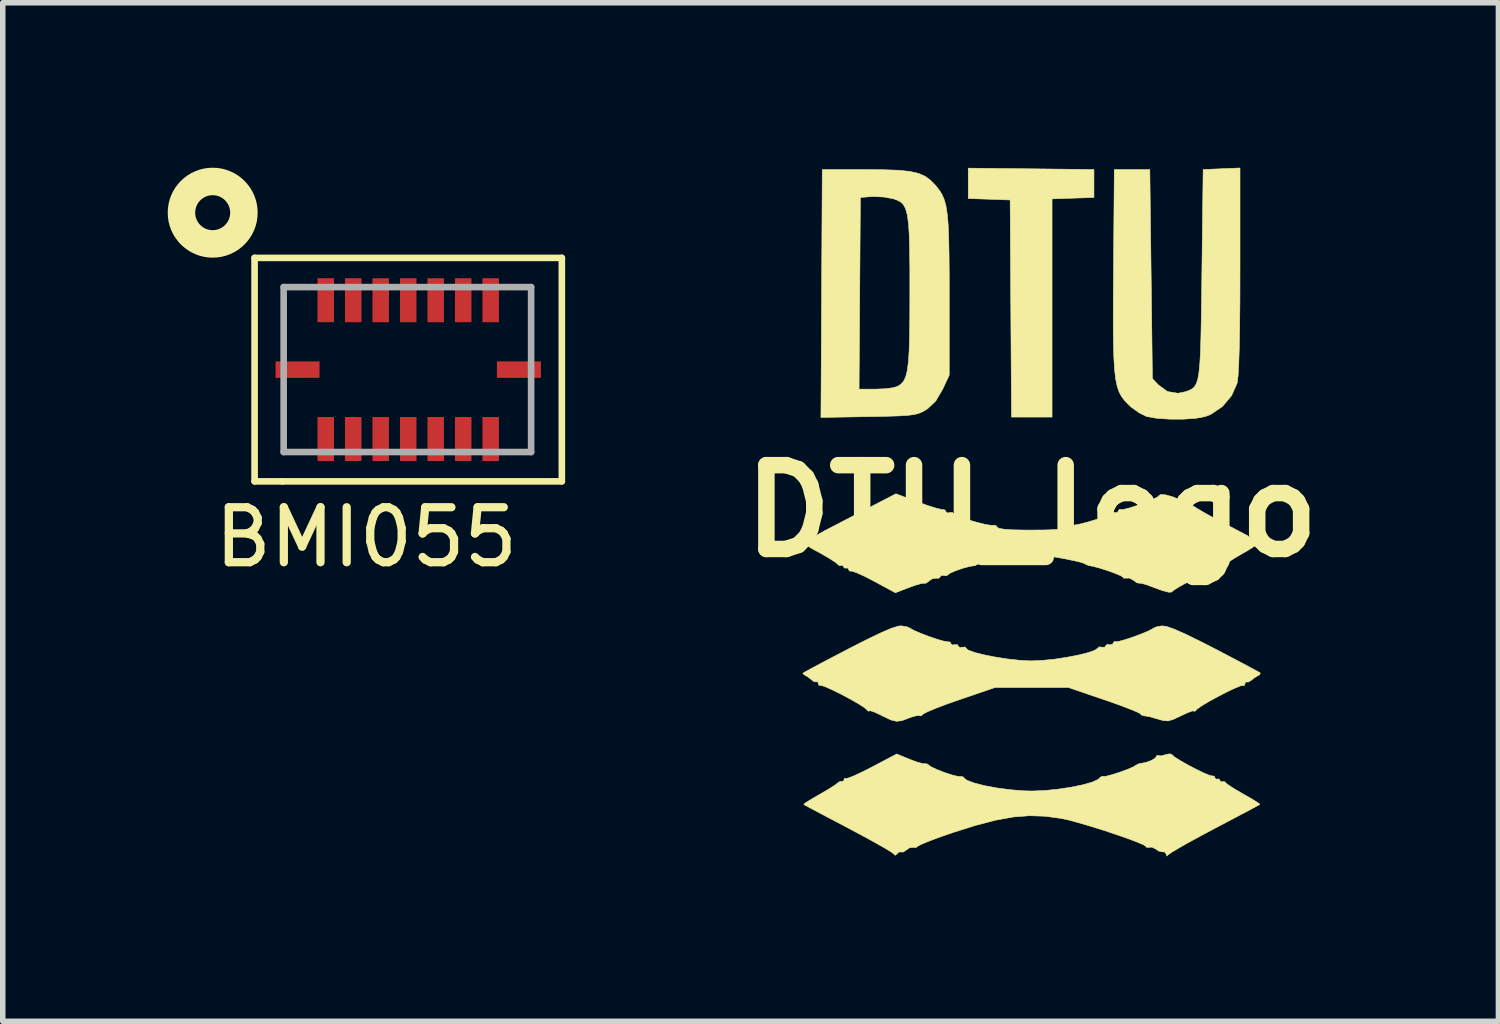
<source format=kicad_pcb>
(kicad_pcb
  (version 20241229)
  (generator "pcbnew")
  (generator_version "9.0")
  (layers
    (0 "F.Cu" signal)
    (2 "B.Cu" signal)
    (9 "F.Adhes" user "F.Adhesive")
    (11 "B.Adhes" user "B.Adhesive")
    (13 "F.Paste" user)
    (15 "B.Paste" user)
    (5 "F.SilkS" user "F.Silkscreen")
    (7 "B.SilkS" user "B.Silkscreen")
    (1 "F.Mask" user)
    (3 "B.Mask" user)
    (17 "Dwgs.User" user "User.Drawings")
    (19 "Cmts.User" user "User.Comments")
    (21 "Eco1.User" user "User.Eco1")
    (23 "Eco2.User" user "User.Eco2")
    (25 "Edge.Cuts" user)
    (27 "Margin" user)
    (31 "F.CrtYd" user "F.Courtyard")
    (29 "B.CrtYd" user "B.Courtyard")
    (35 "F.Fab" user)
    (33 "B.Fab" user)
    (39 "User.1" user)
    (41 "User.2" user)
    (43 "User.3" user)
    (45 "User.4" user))
  (footprint "BMI055"
    (layer "F.Cu")
    (at 4.374 3.672)
    (property "Reference" "BMI055" (at -0.762 3.048 0) (layer "F.SilkS") (effects (font (size 1 1) (thickness 0.15))))
    (attr through_hole)
    (fp_line (start -2.794 -2.032) (end -2.794 2.032) (stroke (width 0.12) (type solid)) (layer "F.SilkS"))
    (fp_line (start -2.794 2.032) (end -2.286 2.032) (stroke (width 0.12) (type solid)) (layer "F.SilkS"))
    (fp_line (start -2.286 2.032) (end 2.794 2.032) (stroke (width 0.12) (type solid)) (layer "F.SilkS"))
    (fp_line (start 2.794 -2.032) (end -2.794 -2.032) (stroke (width 0.12) (type solid)) (layer "F.SilkS"))
    (fp_line (start 2.794 2.032) (end 2.794 -2.032) (stroke (width 0.12) (type solid)) (layer "F.SilkS"))
    (fp_circle (center -3.556 -2.854) (end -2.988 -2.854) (stroke (width 0.5) (type solid)) (fill no) (layer "F.SilkS"))
    (fp_line (start -2.265 -1.501) (end -2.265 1.499) (stroke (width 0.12) (type solid)) (layer "F.Fab"))
    (fp_line (start -2.265 -1.501) (end 2.235 -1.501) (stroke (width 0.12) (type solid)) (layer "F.Fab"))
    (fp_line (start -2.265 1.499) (end 2.235 1.499) (stroke (width 0.12) (type solid)) (layer "F.Fab"))
    (fp_line (start 2.235 -1.501) (end 2.235 1.499) (stroke (width 0.12) (type solid)) (layer "F.Fab"))
    (pad "1" smd rect (at -1.5 -1.262) (size 0.3 0.8) (layers "F.Cu" "F.Mask" "F.Paste"))
    (pad "2" smd rect (at -1 -1.262) (size 0.3 0.8) (layers "F.Cu" "F.Mask" "F.Paste"))
    (pad "3" smd rect (at -0.5 -1.262) (size 0.3 0.8) (layers "F.Cu" "F.Mask" "F.Paste"))
    (pad "4" smd rect (at 0 -1.262) (size 0.3 0.8) (layers "F.Cu" "F.Mask" "F.Paste"))
    (pad "5" smd rect (at 0.5 -1.262) (size 0.3 0.8) (layers "F.Cu" "F.Mask" "F.Paste"))
    (pad "6" smd rect (at 1 -1.262) (size 0.3 0.8) (layers "F.Cu" "F.Mask" "F.Paste"))
    (pad "7" smd rect (at 1.5 -1.262) (size 0.3 0.8) (layers "F.Cu" "F.Mask" "F.Paste"))
    (pad "8" smd rect (at 2.013 0) (size 0.8 0.3) (layers "F.Cu" "F.Mask" "F.Paste"))
    (pad "9" smd rect (at 1.5 1.262) (size 0.3 0.8) (layers "F.Cu" "F.Mask" "F.Paste"))
    (pad "10" smd rect (at 1 1.262) (size 0.3 0.8) (layers "F.Cu" "F.Mask" "F.Paste"))
    (pad "11" smd rect (at 0.5 1.262) (size 0.3 0.8) (layers "F.Cu" "F.Mask" "F.Paste"))
    (pad "12" smd rect (at 0 1.262) (size 0.3 0.8) (layers "F.Cu" "F.Mask" "F.Paste"))
    (pad "13" smd rect (at -0.5 1.262) (size 0.3 0.8) (layers "F.Cu" "F.Mask" "F.Paste"))
    (pad "14" smd rect (at -1 1.262) (size 0.3 0.8) (layers "F.Cu" "F.Mask" "F.Paste"))
    (pad "15" smd rect (at -1.5 1.262) (size 0.3 0.8) (layers "F.Cu" "F.Mask" "F.Paste"))
    (pad "16" smd rect (at -2.013 0) (size 0.8 0.3) (layers "F.Cu" "F.Mask" "F.Paste")))
  (footprint "DTU_logo"
    (layer "F.Cu")
    (at 15.714 6.244)
    (property "Reference" "DTU_logo" (at 0 0 0) (layer "F.SilkS") (effects (font (size 1.524 1.524) (thickness 0.3))))
    (attr through_hole)
    (fp_poly (pts (xy -0.012 -6.224) (xy 1.131 -6.211) (xy 1.131 -5.703) (xy 0.75 -5.69) (xy 0.369 -5.677) (xy 0.369 -1.709) (xy -0.368 -1.709) (xy -0.381 -3.683) (xy -0.393 -5.657) (xy -1.155 -5.684) (xy -1.155 -6.236) (xy -0.012 -6.224)) (stroke (width 0.01) (type solid)) (fill yes) (layer "F.SilkS"))
    (fp_poly (pts (xy 3.787 -4.387) (xy 3.786 -3.822) (xy 3.781 -3.348) (xy 3.774 -2.963) (xy 3.764 -2.667) (xy 3.752 -2.457) (xy 3.736 -2.333) (xy 3.733 -2.322) (xy 3.634 -2.098) (xy 3.467 -1.901) (xy 3.258 -1.759) (xy 3.157 -1.719) (xy 2.986 -1.687) (xy 2.76 -1.671) (xy 2.515 -1.671) (xy 2.285 -1.685) (xy 2.105 -1.716) (xy 2.08 -1.723) (xy 1.952 -1.787) (xy 1.809 -1.89) (xy 1.75 -1.945) (xy 1.685 -2.014) (xy 1.631 -2.086) (xy 1.587 -2.17) (xy 1.552 -2.274) (xy 1.525 -2.407) (xy 1.506 -2.578) (xy 1.493 -2.796) (xy 1.485 -3.07) (xy 1.482 -3.408) (xy 1.483 -3.819) (xy 1.486 -4.312) (xy 1.487 -4.41) (xy 1.501 -6.211) (xy 2.147 -6.211) (xy 2.194 -2.409) (xy 2.302 -2.294) (xy 2.469 -2.173) (xy 2.657 -2.142) (xy 2.787 -2.168) (xy 2.854 -2.191) (xy 2.91 -2.218) (xy 2.955 -2.255) (xy 2.991 -2.313) (xy 3.02 -2.399) (xy 3.041 -2.521) (xy 3.057 -2.689) (xy 3.069 -2.909) (xy 3.077 -3.192) (xy 3.084 -3.544) (xy 3.09 -3.975) (xy 3.094 -4.318) (xy 3.117 -6.211) (xy 3.452 -6.225) (xy 3.787 -6.239) (xy 3.787 -4.387)) (stroke (width 0.01) (type solid)) (fill yes) (layer "F.SilkS"))
    (fp_poly (pts (xy -3.025 -6.211) (xy -2.68 -6.207) (xy -2.413 -6.197) (xy -2.21 -6.175) (xy -2.055 -6.139) (xy -1.936 -6.086) (xy -1.838 -6.013) (xy -1.759 -5.932) (xy -1.692 -5.85) (xy -1.637 -5.766) (xy -1.594 -5.67) (xy -1.561 -5.552) (xy -1.537 -5.4) (xy -1.52 -5.205) (xy -1.51 -4.956) (xy -1.504 -4.643) (xy -1.501 -4.255) (xy -1.501 -3.925) (xy -1.501 -2.471) (xy -1.622 -2.213) (xy -1.745 -2.003) (xy -1.893 -1.862) (xy -1.922 -1.843) (xy -1.99 -1.804) (xy -2.059 -1.775) (xy -2.144 -1.754) (xy -2.26 -1.74) (xy -2.422 -1.73) (xy -2.646 -1.723) (xy -2.946 -1.717) (xy -2.968 -1.717) (xy -3.834 -1.702) (xy -3.831 -2.217) (xy -3.141 -2.217) (xy -2.838 -2.217) (xy -2.665 -2.224) (xy -2.519 -2.243) (xy -2.441 -2.267) (xy -2.38 -2.306) (xy -2.331 -2.361) (xy -2.293 -2.439) (xy -2.265 -2.551) (xy -2.244 -2.706) (xy -2.23 -2.915) (xy -2.222 -3.187) (xy -2.218 -3.531) (xy -2.217 -3.958) (xy -2.217 -3.972) (xy -2.217 -4.402) (xy -2.221 -4.749) (xy -2.228 -5.023) (xy -2.242 -5.233) (xy -2.264 -5.389) (xy -2.295 -5.5) (xy -2.337 -5.576) (xy -2.392 -5.626) (xy -2.461 -5.66) (xy -2.525 -5.681) (xy -2.689 -5.711) (xy -2.872 -5.72) (xy -2.909 -5.719) (xy -3.117 -5.703) (xy -3.141 -2.217) (xy -3.831 -2.217) (xy -3.81 -6.211) (xy -3.025 -6.211)) (stroke (width 0.01) (type solid)) (fill yes) (layer "F.SilkS"))
    (fp_poly (pts (xy 2.454 2.1) (xy 2.597 2.15) (xy 2.802 2.241) (xy 3.077 2.376) (xy 3.316 2.498) (xy 3.567 2.629) (xy 3.789 2.746) (xy 3.969 2.842) (xy 4.095 2.91) (xy 4.154 2.944) (xy 4.156 2.945) (xy 4.144 2.978) (xy 4.121 2.989) (xy 4.039 3.039) (xy 3.999 3.073) (xy 3.935 3.112) (xy 3.908 3.107) (xy 3.882 3.116) (xy 3.879 3.14) (xy 3.862 3.178) (xy 3.848 3.171) (xy 3.798 3.179) (xy 3.69 3.223) (xy 3.544 3.292) (xy 3.382 3.376) (xy 3.225 3.462) (xy 3.093 3.541) (xy 3.008 3.601) (xy 2.991 3.62) (xy 2.96 3.646) (xy 2.956 3.636) (xy 2.919 3.636) (xy 2.823 3.672) (xy 2.717 3.722) (xy 2.575 3.789) (xy 2.476 3.817) (xy 2.384 3.809) (xy 2.289 3.782) (xy 2.159 3.744) (xy 2.062 3.726) (xy 2.044 3.725) (xy 1.99 3.708) (xy 1.986 3.695) (xy 1.944 3.668) (xy 1.831 3.619) (xy 1.659 3.552) (xy 1.446 3.475) (xy 1.328 3.435) (xy 0.67 3.21) (xy -0.67 3.21) (xy -1.328 3.435) (xy -1.557 3.515) (xy -1.751 3.589) (xy -1.896 3.65) (xy -1.975 3.691) (xy -1.986 3.703) (xy -2.014 3.727) (xy -2.027 3.721) (xy -2.093 3.721) (xy -2.203 3.752) (xy -2.233 3.764) (xy -2.361 3.812) (xy -2.459 3.824) (xy -2.562 3.799) (xy -2.705 3.731) (xy -2.736 3.715) (xy -2.857 3.658) (xy -2.937 3.631) (xy -2.956 3.636) (xy -2.976 3.639) (xy -2.991 3.62) (xy -3.047 3.572) (xy -3.16 3.5) (xy -3.308 3.416) (xy -3.471 3.329) (xy -3.627 3.252) (xy -3.755 3.195) (xy -3.834 3.17) (xy -3.848 3.171) (xy -3.876 3.165) (xy -3.879 3.14) (xy -3.895 3.101) (xy -3.908 3.107) (xy -3.959 3.104) (xy -3.999 3.073) (xy -4.083 3.008) (xy -4.121 2.989) (xy -4.161 2.957) (xy -4.156 2.945) (xy -4.11 2.918) (xy -3.995 2.855) (xy -3.822 2.763) (xy -3.607 2.65) (xy -3.36 2.521) (xy -3.316 2.498) (xy -2.989 2.332) (xy -2.735 2.21) (xy -2.549 2.131) (xy -2.424 2.092) (xy -2.369 2.088) (xy -2.267 2.106) (xy -2.217 2.128) (xy -2.155 2.165) (xy -2.037 2.217) (xy -1.889 2.274) (xy -1.738 2.327) (xy -1.61 2.364) (xy -1.531 2.379) (xy -1.521 2.377) (xy -1.481 2.385) (xy -1.478 2.404) (xy -1.444 2.437) (xy -1.409 2.431) (xy -1.349 2.432) (xy -1.339 2.454) (xy -1.306 2.484) (xy -1.27 2.477) (xy -1.21 2.473) (xy -1.201 2.49) (xy -1.158 2.528) (xy -1.042 2.571) (xy -0.872 2.614) (xy -0.666 2.655) (xy -0.443 2.69) (xy -0.223 2.714) (xy -0.024 2.725) (xy 0 2.725) (xy 0.195 2.716) (xy 0.414 2.694) (xy 0.637 2.66) (xy 0.846 2.62) (xy 1.022 2.576) (xy 1.146 2.533) (xy 1.2 2.494) (xy 1.201 2.49) (xy 1.235 2.469) (xy 1.27 2.477) (xy 1.329 2.476) (xy 1.339 2.454) (xy 1.373 2.424) (xy 1.409 2.431) (xy 1.468 2.428) (xy 1.478 2.404) (xy 1.504 2.37) (xy 1.521 2.377) (xy 1.578 2.372) (xy 1.694 2.34) (xy 1.841 2.292) (xy 1.993 2.235) (xy 2.123 2.181) (xy 2.205 2.137) (xy 2.217 2.128) (xy 2.275 2.104) (xy 2.369 2.088) (xy 2.454 2.1)) (stroke (width 0.01) (type solid)) (fill yes) (layer "F.SilkS"))
    (fp_poly (pts (xy 2.548 4.429) (xy 2.595 4.472) (xy 2.7 4.538) (xy 2.839 4.617) (xy 2.991 4.697) (xy 3.132 4.765) (xy 3.241 4.809) (xy 3.294 4.819) (xy 3.294 4.818) (xy 3.322 4.823) (xy 3.325 4.844) (xy 3.352 4.879) (xy 3.371 4.872) (xy 3.414 4.877) (xy 3.417 4.895) (xy 3.444 4.927) (xy 3.46 4.921) (xy 3.511 4.923) (xy 3.517 4.933) (xy 3.563 4.973) (xy 3.668 5.042) (xy 3.814 5.128) (xy 3.847 5.147) (xy 3.993 5.23) (xy 4.099 5.296) (xy 4.147 5.332) (xy 4.147 5.335) (xy 4.104 5.36) (xy 3.991 5.421) (xy 3.822 5.511) (xy 3.609 5.623) (xy 3.365 5.752) (xy 3.325 5.773) (xy 3.075 5.906) (xy 2.853 6.027) (xy 2.672 6.13) (xy 2.545 6.206) (xy 2.485 6.248) (xy 2.483 6.25) (xy 2.454 6.275) (xy 2.448 6.242) (xy 2.415 6.198) (xy 2.39 6.2) (xy 2.314 6.187) (xy 2.269 6.155) (xy 2.187 6.112) (xy 2.142 6.115) (xy 2.086 6.116) (xy 2.078 6.101) (xy 2.037 6.072) (xy 1.923 6.023) (xy 1.755 5.959) (xy 1.548 5.887) (xy 1.321 5.811) (xy 1.089 5.738) (xy 0.87 5.674) (xy 0.681 5.622) (xy 0.538 5.59) (xy 0.534 5.59) (xy 0.239 5.55) (xy -0.046 5.541) (xy -0.338 5.564) (xy -0.657 5.622) (xy -1.021 5.717) (xy -1.443 5.85) (xy -1.668 5.928) (xy -1.858 5.999) (xy -1.997 6.056) (xy -2.071 6.093) (xy -2.078 6.101) (xy -2.112 6.122) (xy -2.142 6.115) (xy -2.222 6.124) (xy -2.275 6.16) (xy -2.342 6.204) (xy -2.375 6.199) (xy -2.422 6.203) (xy -2.445 6.23) (xy -2.485 6.261) (xy -2.5 6.244) (xy -2.544 6.208) (xy -2.658 6.138) (xy -2.829 6.041) (xy -3.043 5.923) (xy -3.289 5.792) (xy -3.325 5.772) (xy -3.573 5.642) (xy -3.792 5.526) (xy -3.969 5.433) (xy -4.091 5.367) (xy -4.146 5.336) (xy -4.147 5.335) (xy -4.117 5.308) (xy -4.023 5.249) (xy -3.886 5.169) (xy -3.847 5.147) (xy -3.696 5.059) (xy -3.58 4.985) (xy -3.521 4.939) (xy -3.517 4.933) (xy -3.473 4.915) (xy -3.46 4.921) (xy -3.421 4.911) (xy -3.417 4.89) (xy -3.4 4.857) (xy -3.387 4.864) (xy -3.337 4.856) (xy -3.223 4.811) (xy -3.064 4.736) (xy -2.907 4.656) (xy -2.456 4.418) (xy -2.216 4.517) (xy -2.078 4.568) (xy -1.975 4.595) (xy -1.938 4.594) (xy -1.89 4.603) (xy -1.886 4.611) (xy -1.836 4.649) (xy -1.726 4.701) (xy -1.588 4.755) (xy -1.449 4.8) (xy -1.34 4.827) (xy -1.294 4.826) (xy -1.245 4.836) (xy -1.239 4.848) (xy -1.18 4.896) (xy -1.048 4.946) (xy -0.86 4.994) (xy -0.635 5.036) (xy -0.391 5.068) (xy -0.148 5.088) (xy 0 5.092) (xy 0.234 5.083) (xy 0.479 5.058) (xy 0.718 5.022) (xy 0.932 4.978) (xy 1.102 4.929) (xy 1.211 4.879) (xy 1.239 4.848) (xy 1.282 4.821) (xy 1.294 4.826) (xy 1.352 4.823) (xy 1.465 4.793) (xy 1.606 4.748) (xy 1.744 4.697) (xy 1.851 4.651) (xy 1.893 4.623) (xy 1.956 4.593) (xy 1.963 4.593) (xy 2.077 4.572) (xy 2.186 4.531) (xy 2.255 4.485) (xy 2.263 4.467) (xy 2.281 4.439) (xy 2.291 4.446) (xy 2.35 4.453) (xy 2.426 4.433) (xy 2.512 4.415) (xy 2.548 4.429)) (stroke (width 0.01) (type solid)) (fill yes) (layer "F.SilkS"))
    (fp_poly (pts (xy -2.059 -0.159) (xy -1.877 -0.095) (xy -1.728 -0.049) (xy -1.631 -0.027) (xy -1.609 -0.028) (xy -1.573 -0.016) (xy -1.57 0.002) (xy -1.537 0.035) (xy -1.501 0.029) (xy -1.441 0.025) (xy -1.432 0.041) (xy -1.391 0.072) (xy -1.286 0.116) (xy -1.142 0.164) (xy -0.985 0.209) (xy -0.841 0.244) (xy -0.735 0.261) (xy -0.698 0.257) (xy -0.647 0.266) (xy -0.635 0.288) (xy -0.599 0.314) (xy -0.503 0.331) (xy -0.338 0.342) (xy -0.093 0.346) (xy 0 0.346) (xy 0.271 0.344) (xy 0.46 0.335) (xy 0.576 0.32) (xy 0.63 0.297) (xy 0.635 0.288) (xy 0.678 0.251) (xy 0.698 0.257) (xy 0.76 0.258) (xy 0.879 0.236) (xy 1.029 0.197) (xy 1.185 0.15) (xy 1.32 0.103) (xy 1.41 0.062) (xy 1.432 0.041) (xy 1.466 0.021) (xy 1.501 0.029) (xy 1.56 0.026) (xy 1.57 0.002) (xy 1.595 -0.032) (xy 1.611 -0.027) (xy 1.67 -0.029) (xy 1.785 -0.059) (xy 1.93 -0.106) (xy 2.081 -0.161) (xy 2.21 -0.216) (xy 2.293 -0.259) (xy 2.309 -0.277) (xy 2.347 -0.301) (xy 2.441 -0.293) (xy 2.565 -0.258) (xy 2.666 -0.215) (xy 2.767 -0.173) (xy 2.831 -0.169) (xy 2.834 -0.171) (xy 2.862 -0.166) (xy 2.863 -0.152) (xy 2.902 -0.115) (xy 3.009 -0.046) (xy 3.169 0.048) (xy 3.368 0.157) (xy 3.452 0.201) (xy 3.668 0.313) (xy 3.857 0.413) (xy 4.003 0.491) (xy 4.09 0.539) (xy 4.103 0.547) (xy 4.111 0.583) (xy 4.05 0.64) (xy 3.914 0.726) (xy 3.849 0.763) (xy 3.697 0.851) (xy 3.581 0.925) (xy 3.521 0.972) (xy 3.517 0.978) (xy 3.473 0.997) (xy 3.46 0.99) (xy 3.42 0.999) (xy 3.417 1.016) (xy 3.389 1.046) (xy 3.371 1.039) (xy 3.329 1.046) (xy 3.325 1.067) (xy 3.307 1.101) (xy 3.294 1.093) (xy 3.245 1.101) (xy 3.139 1.144) (xy 2.998 1.21) (xy 2.844 1.288) (xy 2.702 1.365) (xy 2.593 1.432) (xy 2.54 1.474) (xy 2.489 1.476) (xy 2.378 1.447) (xy 2.246 1.399) (xy 2.102 1.345) (xy 1.996 1.314) (xy 1.952 1.312) (xy 1.906 1.303) (xy 1.859 1.265) (xy 1.776 1.219) (xy 1.726 1.22) (xy 1.67 1.221) (xy 1.663 1.207) (xy 1.623 1.178) (xy 1.521 1.135) (xy 1.384 1.085) (xy 1.239 1.039) (xy 1.114 1.005) (xy 1.039 0.993) (xy 0.972 0.964) (xy 0.968 0.959) (xy 0.914 0.938) (xy 0.79 0.907) (xy 0.615 0.871) (xy 0.471 0.845) (xy 0.25 0.809) (xy 0.084 0.79) (xy -0.062 0.789) (xy -0.222 0.805) (xy -0.433 0.838) (xy -0.471 0.845) (xy -0.669 0.881) (xy -0.832 0.916) (xy -0.938 0.945) (xy -0.968 0.959) (xy -1.032 0.993) (xy -1.039 0.993) (xy -1.129 1.007) (xy -1.253 1.04) (xy -1.38 1.084) (xy -1.481 1.127) (xy -1.524 1.158) (xy -1.524 1.159) (xy -1.558 1.179) (xy -1.593 1.171) (xy -1.653 1.173) (xy -1.663 1.194) (xy -1.696 1.225) (xy -1.726 1.22) (xy -1.806 1.229) (xy -1.859 1.265) (xy -1.923 1.312) (xy -1.951 1.313) (xy -2.002 1.316) (xy -2.112 1.348) (xy -2.226 1.388) (xy -2.48 1.486) (xy -2.872 1.274) (xy -3.043 1.186) (xy -3.182 1.123) (xy -3.272 1.092) (xy -3.294 1.093) (xy -3.322 1.088) (xy -3.325 1.067) (xy -3.352 1.032) (xy -3.371 1.039) (xy -3.414 1.034) (xy -3.417 1.016) (xy -3.444 0.985) (xy -3.46 0.99) (xy -3.511 0.988) (xy -3.517 0.978) (xy -3.563 0.938) (xy -3.668 0.869) (xy -3.814 0.783) (xy -3.847 0.764) (xy -3.958 0.705) (xy -4.04 0.658) (xy -4.086 0.618) (xy -4.091 0.576) (xy -4.047 0.525) (xy -3.949 0.46) (xy -3.79 0.371) (xy -3.564 0.253) (xy -3.263 0.097) (xy -3.233 0.082) (xy -2.471 -0.314) (xy -2.059 -0.159)) (stroke (width 0.01) (type solid)) (fill yes) (layer "F.SilkS")))
  (gr_rect
    (start -3 -3)
    (end 24.201 15.524)
    (stroke (width 0.1) (type default))
    (fill no)
    (layer "Edge.Cuts")))
</source>
